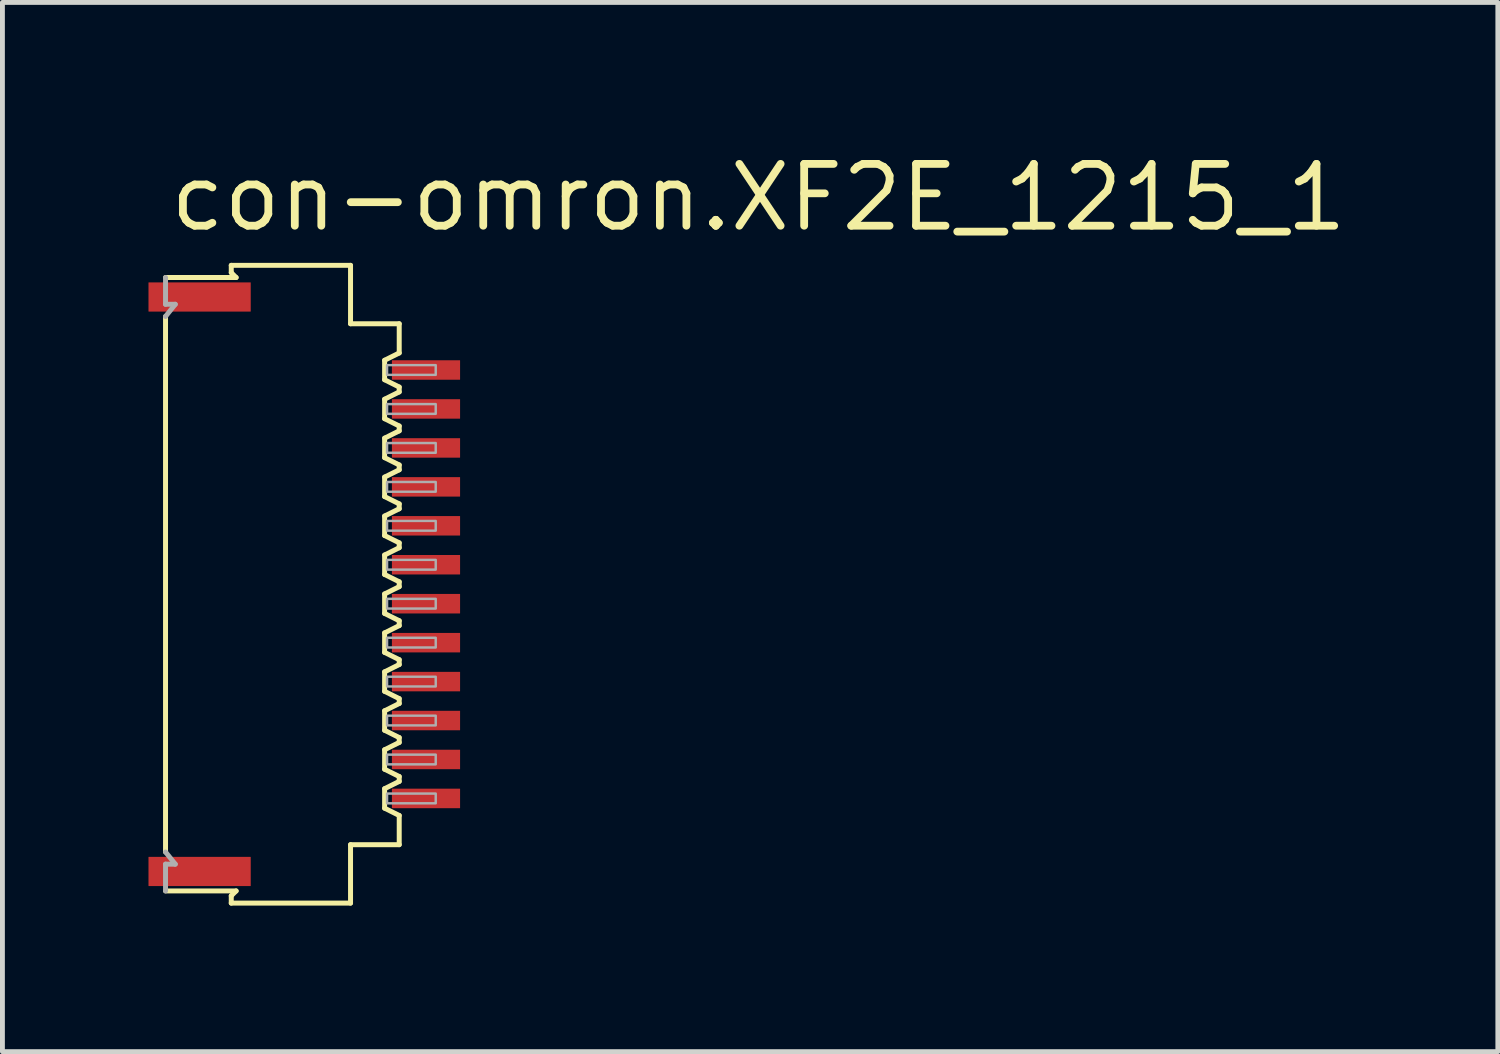
<source format=kicad_pcb>
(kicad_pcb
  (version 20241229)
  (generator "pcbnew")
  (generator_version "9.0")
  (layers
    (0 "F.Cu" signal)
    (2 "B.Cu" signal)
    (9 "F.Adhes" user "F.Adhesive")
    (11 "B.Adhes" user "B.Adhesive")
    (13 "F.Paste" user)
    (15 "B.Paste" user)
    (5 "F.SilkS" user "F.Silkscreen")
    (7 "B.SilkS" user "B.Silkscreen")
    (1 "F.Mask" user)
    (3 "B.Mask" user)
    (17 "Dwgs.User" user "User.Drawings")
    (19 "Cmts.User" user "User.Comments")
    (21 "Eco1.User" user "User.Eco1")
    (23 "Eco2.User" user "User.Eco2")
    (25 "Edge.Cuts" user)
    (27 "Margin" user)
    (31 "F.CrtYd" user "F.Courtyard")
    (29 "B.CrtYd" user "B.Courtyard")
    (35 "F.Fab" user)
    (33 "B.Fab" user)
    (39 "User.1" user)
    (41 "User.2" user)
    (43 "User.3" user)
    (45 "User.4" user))
  (footprint "con-omron.XF2E_1215_1"
    (layer "F.Cu")
    (at 3.16 8.95)
    (property "Reference" "con-omron.XF2E_1215_1" (at -2.8 -7.2 0) (layer "F.SilkS") (effects (font (size 1.27 1.27) (thickness 0.16)) (justify left bottom)))
    (attr smd)
    (fp_line (start -2.81 -5.5) (end -2.81 5.5) (stroke (width 0.102) (type default)) (layer "F.SilkS"))
    (fp_line (start -1.46 -6.55) (end -1.46 -6.4) (stroke (width 0.102) (type default)) (layer "F.SilkS"))
    (fp_line (start -1.46 -6.4) (end -1.36 -6.3) (stroke (width 0.102) (type default)) (layer "F.SilkS"))
    (fp_line (start -1.46 6.4) (end -1.46 6.55) (stroke (width 0.102) (type default)) (layer "F.SilkS"))
    (fp_line (start -1.36 -6.3) (end -2.81 -6.3) (stroke (width 0.102) (type default)) (layer "F.SilkS"))
    (fp_line (start -1.36 6.3) (end -2.81 6.3) (stroke (width 0.102) (type default)) (layer "F.SilkS"))
    (fp_line (start -1.36 6.3) (end -1.46 6.4) (stroke (width 0.102) (type default)) (layer "F.SilkS"))
    (fp_line (start 0.99 -6.55) (end -1.46 -6.55) (stroke (width 0.102) (type default)) (layer "F.SilkS"))
    (fp_line (start 0.99 -5.35) (end 0.99 -6.55) (stroke (width 0.102) (type default)) (layer "F.SilkS"))
    (fp_line (start 0.99 5.35) (end 1.99 5.35) (stroke (width 0.102) (type default)) (layer "F.SilkS"))
    (fp_line (start 0.99 6.55) (end -1.46 6.55) (stroke (width 0.102) (type default)) (layer "F.SilkS"))
    (fp_line (start 0.99 6.55) (end 0.99 5.35) (stroke (width 0.102) (type default)) (layer "F.SilkS"))
    (fp_line (start 1.69 -4.6) (end 1.99 -4.75) (stroke (width 0.102) (type default)) (layer "F.SilkS"))
    (fp_line (start 1.69 -4.2) (end 1.69 -4.6) (stroke (width 0.102) (type default)) (layer "F.SilkS"))
    (fp_line (start 1.69 -3.8) (end 1.69 -3.4) (stroke (width 0.102) (type default)) (layer "F.SilkS"))
    (fp_line (start 1.69 -3.4) (end 1.99 -3.25) (stroke (width 0.102) (type default)) (layer "F.SilkS"))
    (fp_line (start 1.69 -2.6) (end 1.69 -3) (stroke (width 0.102) (type default)) (layer "F.SilkS"))
    (fp_line (start 1.69 -2.2) (end 1.69 -1.8) (stroke (width 0.102) (type default)) (layer "F.SilkS"))
    (fp_line (start 1.69 -1.8) (end 1.99 -1.65) (stroke (width 0.102) (type default)) (layer "F.SilkS"))
    (fp_line (start 1.69 -1) (end 1.69 -1.4) (stroke (width 0.102) (type default)) (layer "F.SilkS"))
    (fp_line (start 1.69 -0.6) (end 1.69 -0.2) (stroke (width 0.102) (type default)) (layer "F.SilkS"))
    (fp_line (start 1.69 -0.2) (end 1.99 -0.05) (stroke (width 0.102) (type default)) (layer "F.SilkS"))
    (fp_line (start 1.69 0.6) (end 1.69 0.2) (stroke (width 0.102) (type default)) (layer "F.SilkS"))
    (fp_line (start 1.69 1) (end 1.69 1.4) (stroke (width 0.102) (type default)) (layer "F.SilkS"))
    (fp_line (start 1.69 1.4) (end 1.99 1.55) (stroke (width 0.102) (type default)) (layer "F.SilkS"))
    (fp_line (start 1.69 2.2) (end 1.69 1.8) (stroke (width 0.102) (type default)) (layer "F.SilkS"))
    (fp_line (start 1.69 2.6) (end 1.69 3) (stroke (width 0.102) (type default)) (layer "F.SilkS"))
    (fp_line (start 1.69 3) (end 1.99 3.15) (stroke (width 0.102) (type default)) (layer "F.SilkS"))
    (fp_line (start 1.69 3.8) (end 1.69 3.4) (stroke (width 0.102) (type default)) (layer "F.SilkS"))
    (fp_line (start 1.69 4.2) (end 1.69 4.6) (stroke (width 0.102) (type default)) (layer "F.SilkS"))
    (fp_line (start 1.69 4.6) (end 1.99 4.75) (stroke (width 0.102) (type default)) (layer "F.SilkS"))
    (fp_line (start 1.99 -5.35) (end 0.99 -5.35) (stroke (width 0.102) (type default)) (layer "F.SilkS"))
    (fp_line (start 1.99 -4.75) (end 1.99 -5.35) (stroke (width 0.102) (type default)) (layer "F.SilkS"))
    (fp_line (start 1.99 -4.05) (end 1.69 -4.2) (stroke (width 0.102) (type default)) (layer "F.SilkS"))
    (fp_line (start 1.99 -4.05) (end 1.99 -3.95) (stroke (width 0.102) (type default)) (layer "F.SilkS"))
    (fp_line (start 1.99 -3.95) (end 1.69 -3.8) (stroke (width 0.102) (type default)) (layer "F.SilkS"))
    (fp_line (start 1.99 -3.25) (end 1.99 -3.15) (stroke (width 0.102) (type default)) (layer "F.SilkS"))
    (fp_line (start 1.99 -3.15) (end 1.69 -3) (stroke (width 0.102) (type default)) (layer "F.SilkS"))
    (fp_line (start 1.99 -2.45) (end 1.69 -2.6) (stroke (width 0.102) (type default)) (layer "F.SilkS"))
    (fp_line (start 1.99 -2.45) (end 1.99 -2.35) (stroke (width 0.102) (type default)) (layer "F.SilkS"))
    (fp_line (start 1.99 -2.35) (end 1.69 -2.2) (stroke (width 0.102) (type default)) (layer "F.SilkS"))
    (fp_line (start 1.99 -1.65) (end 1.99 -1.55) (stroke (width 0.102) (type default)) (layer "F.SilkS"))
    (fp_line (start 1.99 -1.55) (end 1.69 -1.4) (stroke (width 0.102) (type default)) (layer "F.SilkS"))
    (fp_line (start 1.99 -0.85) (end 1.69 -1) (stroke (width 0.102) (type default)) (layer "F.SilkS"))
    (fp_line (start 1.99 -0.85) (end 1.99 -0.75) (stroke (width 0.102) (type default)) (layer "F.SilkS"))
    (fp_line (start 1.99 -0.75) (end 1.69 -0.6) (stroke (width 0.102) (type default)) (layer "F.SilkS"))
    (fp_line (start 1.99 -0.05) (end 1.99 0.05) (stroke (width 0.102) (type default)) (layer "F.SilkS"))
    (fp_line (start 1.99 0.05) (end 1.69 0.2) (stroke (width 0.102) (type default)) (layer "F.SilkS"))
    (fp_line (start 1.99 0.75) (end 1.69 0.6) (stroke (width 0.102) (type default)) (layer "F.SilkS"))
    (fp_line (start 1.99 0.75) (end 1.99 0.85) (stroke (width 0.102) (type default)) (layer "F.SilkS"))
    (fp_line (start 1.99 0.85) (end 1.69 1) (stroke (width 0.102) (type default)) (layer "F.SilkS"))
    (fp_line (start 1.99 1.55) (end 1.99 1.65) (stroke (width 0.102) (type default)) (layer "F.SilkS"))
    (fp_line (start 1.99 1.65) (end 1.69 1.8) (stroke (width 0.102) (type default)) (layer "F.SilkS"))
    (fp_line (start 1.99 2.35) (end 1.69 2.2) (stroke (width 0.102) (type default)) (layer "F.SilkS"))
    (fp_line (start 1.99 2.35) (end 1.99 2.45) (stroke (width 0.102) (type default)) (layer "F.SilkS"))
    (fp_line (start 1.99 2.45) (end 1.69 2.6) (stroke (width 0.102) (type default)) (layer "F.SilkS"))
    (fp_line (start 1.99 3.15) (end 1.99 3.25) (stroke (width 0.102) (type default)) (layer "F.SilkS"))
    (fp_line (start 1.99 3.25) (end 1.69 3.4) (stroke (width 0.102) (type default)) (layer "F.SilkS"))
    (fp_line (start 1.99 3.95) (end 1.69 3.8) (stroke (width 0.102) (type default)) (layer "F.SilkS"))
    (fp_line (start 1.99 3.95) (end 1.99 4.05) (stroke (width 0.102) (type default)) (layer "F.SilkS"))
    (fp_line (start 1.99 4.05) (end 1.69 4.2) (stroke (width 0.102) (type default)) (layer "F.SilkS"))
    (fp_line (start 1.99 5.35) (end 1.99 4.75) (stroke (width 0.102) (type default)) (layer "F.SilkS"))
    (fp_line (start -2.81 -6.3) (end -2.81 -5.75) (stroke (width 0.102) (type default)) (layer "F.Fab"))
    (fp_line (start -2.81 -5.75) (end -2.61 -5.75) (stroke (width 0.102) (type default)) (layer "F.Fab"))
    (fp_line (start -2.81 5.5) (end -2.61 5.75) (stroke (width 0.102) (type default)) (layer "F.Fab"))
    (fp_line (start -2.81 5.75) (end -2.81 6.3) (stroke (width 0.102) (type default)) (layer "F.Fab"))
    (fp_line (start -2.81 5.75) (end -2.61 5.75) (stroke (width 0.102) (type default)) (layer "F.Fab"))
    (fp_line (start -2.61 -5.75) (end -2.81 -5.5) (stroke (width 0.102) (type default)) (layer "F.Fab"))
    (fp_rect (start 1.74 -4.3) (end 2.74 -4.5) (stroke (width 0.05) (type default)) (fill no) (layer "F.Fab"))
    (fp_rect (start 1.74 -3.5) (end 2.74 -3.7) (stroke (width 0.05) (type default)) (fill no) (layer "F.Fab"))
    (fp_rect (start 1.74 -2.7) (end 2.74 -2.9) (stroke (width 0.05) (type default)) (fill no) (layer "F.Fab"))
    (fp_rect (start 1.74 -1.9) (end 2.74 -2.1) (stroke (width 0.05) (type default)) (fill no) (layer "F.Fab"))
    (fp_rect (start 1.74 -1.1) (end 2.74 -1.3) (stroke (width 0.05) (type default)) (fill no) (layer "F.Fab"))
    (fp_rect (start 1.74 -0.3) (end 2.74 -0.5) (stroke (width 0.05) (type default)) (fill no) (layer "F.Fab"))
    (fp_rect (start 1.74 0.5) (end 2.74 0.3) (stroke (width 0.05) (type default)) (fill no) (layer "F.Fab"))
    (fp_rect (start 1.74 1.3) (end 2.74 1.1) (stroke (width 0.05) (type default)) (fill no) (layer "F.Fab"))
    (fp_rect (start 1.74 2.1) (end 2.74 1.9) (stroke (width 0.05) (type default)) (fill no) (layer "F.Fab"))
    (fp_rect (start 1.74 2.9) (end 2.74 2.7) (stroke (width 0.05) (type default)) (fill no) (layer "F.Fab"))
    (fp_rect (start 1.74 3.7) (end 2.74 3.5) (stroke (width 0.05) (type default)) (fill no) (layer "F.Fab"))
    (fp_rect (start 1.74 4.5) (end 2.74 4.3) (stroke (width 0.05) (type default)) (fill no) (layer "F.Fab"))
    (pad "1" smd roundrect (at 2.54 -4.4) (size 1.4 0.4) (layers "F.Cu" "F.Mask" "F.Paste") (roundrect_rratio 0.01))
    (pad "2" smd roundrect (at 2.54 -3.6) (size 1.4 0.4) (layers "F.Cu" "F.Mask" "F.Paste") (roundrect_rratio 0.01))
    (pad "3" smd roundrect (at 2.54 -2.8) (size 1.4 0.4) (layers "F.Cu" "F.Mask" "F.Paste") (roundrect_rratio 0.01))
    (pad "4" smd roundrect (at 2.54 -2) (size 1.4 0.4) (layers "F.Cu" "F.Mask" "F.Paste") (roundrect_rratio 0.01))
    (pad "5" smd roundrect (at 2.54 -1.2) (size 1.4 0.4) (layers "F.Cu" "F.Mask" "F.Paste") (roundrect_rratio 0.01))
    (pad "6" smd roundrect (at 2.54 -0.4) (size 1.4 0.4) (layers "F.Cu" "F.Mask" "F.Paste") (roundrect_rratio 0.01))
    (pad "7" smd roundrect (at 2.54 0.4) (size 1.4 0.4) (layers "F.Cu" "F.Mask" "F.Paste") (roundrect_rratio 0.01))
    (pad "8" smd roundrect (at 2.54 1.2) (size 1.4 0.4) (layers "F.Cu" "F.Mask" "F.Paste") (roundrect_rratio 0.01))
    (pad "9" smd roundrect (at 2.54 2) (size 1.4 0.4) (layers "F.Cu" "F.Mask" "F.Paste") (roundrect_rratio 0.01))
    (pad "10" smd roundrect (at 2.54 2.8) (size 1.4 0.4) (layers "F.Cu" "F.Mask" "F.Paste") (roundrect_rratio 0.01))
    (pad "11" smd roundrect (at 2.54 3.6) (size 1.4 0.4) (layers "F.Cu" "F.Mask" "F.Paste") (roundrect_rratio 0.01))
    (pad "12" smd roundrect (at 2.54 4.4) (size 1.4 0.4) (layers "F.Cu" "F.Mask" "F.Paste") (roundrect_rratio 0.01))
    (pad "M1" smd roundrect (at -2.11 -5.9) (size 2.1 0.6) (layers "F.Cu" "F.Mask" "F.Paste") (roundrect_rratio 0.01))
    (pad "M2" smd roundrect (at -2.11 5.9) (size 2.1 0.6) (layers "F.Cu" "F.Mask" "F.Paste") (roundrect_rratio 0.01)))
  (gr_rect
    (start -3 -3)
    (end 27.716 18.551)
    (stroke (width 0.1) (type default))
    (fill no)
    (layer "Edge.Cuts")))
</source>
